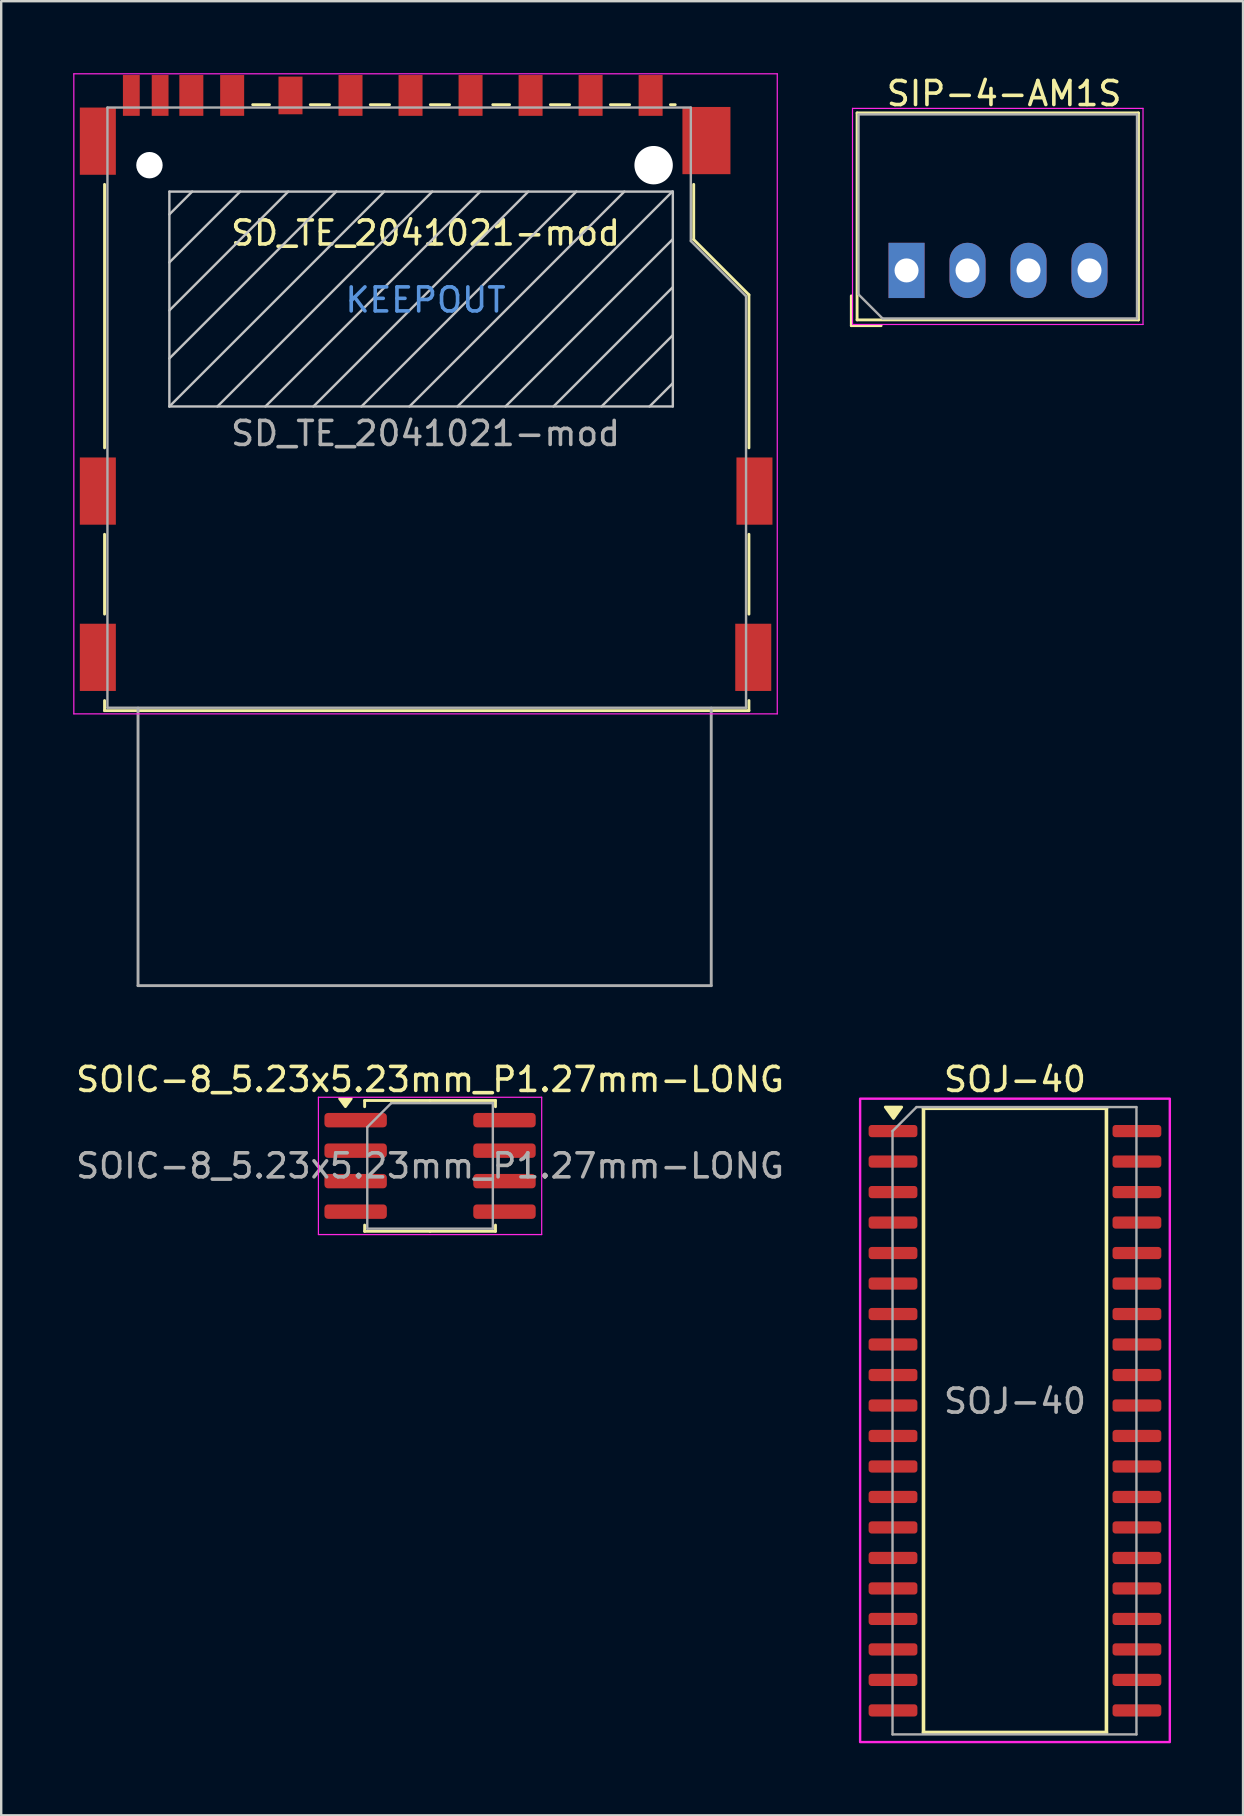
<source format=kicad_pcb>
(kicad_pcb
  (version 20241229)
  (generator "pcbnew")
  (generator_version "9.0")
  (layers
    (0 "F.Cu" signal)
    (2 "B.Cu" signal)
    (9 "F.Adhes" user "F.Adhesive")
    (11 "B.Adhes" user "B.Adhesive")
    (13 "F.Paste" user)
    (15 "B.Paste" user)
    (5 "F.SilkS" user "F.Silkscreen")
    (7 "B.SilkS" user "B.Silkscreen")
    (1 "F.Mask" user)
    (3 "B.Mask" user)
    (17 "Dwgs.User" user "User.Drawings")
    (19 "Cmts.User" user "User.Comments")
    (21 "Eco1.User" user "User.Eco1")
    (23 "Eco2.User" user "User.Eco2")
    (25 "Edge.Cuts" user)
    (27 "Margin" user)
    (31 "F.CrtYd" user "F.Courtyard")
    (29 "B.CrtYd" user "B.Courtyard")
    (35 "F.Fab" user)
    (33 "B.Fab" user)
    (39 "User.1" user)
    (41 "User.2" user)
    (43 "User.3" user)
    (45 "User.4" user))
  (footprint "SD_TE_2041021-mod"
    (layer "F.Cu")
    (at 14.675 13.005)
    (property "Reference" "SD_TE_2041021-mod" (at 0 -6.35 180) (layer "F.SilkS") (effects (font (size 1 1) (thickness 0.15))))
    (attr smd)
    (fp_line (start -13.37 -8.375) (end -13.37 2.6) (stroke (width 0.12) (type solid)) (layer "F.SilkS"))
    (fp_line (start -13.37 9.525) (end -13.37 6.2) (stroke (width 0.12) (type solid)) (layer "F.SilkS"))
    (fp_line (start -13.37 13.125) (end -13.37 13.545) (stroke (width 0.12) (type solid)) (layer "F.SilkS"))
    (fp_line (start -13.37 13.545) (end 13.47 13.545) (stroke (width 0.12) (type solid)) (layer "F.SilkS"))
    (fp_line (start -7.2 -11.695) (end -6.5 -11.695) (stroke (width 0.12) (type solid)) (layer "F.SilkS"))
    (fp_line (start -4.8 -11.695) (end -4 -11.695) (stroke (width 0.12) (type solid)) (layer "F.SilkS"))
    (fp_line (start -2.3 -11.695) (end -1.5 -11.695) (stroke (width 0.12) (type solid)) (layer "F.SilkS"))
    (fp_line (start 0.2 -11.695) (end 1 -11.695) (stroke (width 0.12) (type solid)) (layer "F.SilkS"))
    (fp_line (start 2.8 -11.695) (end 3.5 -11.695) (stroke (width 0.12) (type solid)) (layer "F.SilkS"))
    (fp_line (start 5.2 -11.695) (end 6 -11.695) (stroke (width 0.12) (type solid)) (layer "F.SilkS"))
    (fp_line (start 7.7 -11.695) (end 8.5 -11.695) (stroke (width 0.12) (type solid)) (layer "F.SilkS"))
    (fp_line (start 10.2 -11.695) (end 10.4 -11.695) (stroke (width 0.12) (type solid)) (layer "F.SilkS"))
    (fp_line (start 11.17 -8.375) (end 11.17 -6.075) (stroke (width 0.12) (type solid)) (layer "F.SilkS"))
    (fp_line (start 11.17 -6.075) (end 13.47 -3.775) (stroke (width 0.12) (type solid)) (layer "F.SilkS"))
    (fp_line (start 13.47 -3.775) (end 13.47 2.6) (stroke (width 0.12) (type solid)) (layer "F.SilkS"))
    (fp_line (start 13.47 9.525) (end 13.47 6.2) (stroke (width 0.12) (type solid)) (layer "F.SilkS"))
    (fp_line (start 13.47 13.545) (end 13.47 13.125) (stroke (width 0.12) (type solid)) (layer "F.SilkS"))
    (fp_line (start -10.67 -8.075) (end -10.67 0.875) (stroke (width 0.1) (type solid)) (layer "Dwgs.User"))
    (fp_line (start -10.67 0.875) (end 10.3 0.875) (stroke (width 0.1) (type solid)) (layer "Dwgs.User"))
    (fp_line (start -9.72 -8.075) (end -10.67 -7.125) (stroke (width 0.1) (type solid)) (layer "Dwgs.User"))
    (fp_line (start -7.72 -8.075) (end -10.67 -5.125) (stroke (width 0.1) (type solid)) (layer "Dwgs.User"))
    (fp_line (start -5.72 -8.075) (end -10.67 -3.125) (stroke (width 0.1) (type solid)) (layer "Dwgs.User"))
    (fp_line (start -3.72 -8.075) (end -10.67 -1.125) (stroke (width 0.1) (type solid)) (layer "Dwgs.User"))
    (fp_line (start -1.72 -8.075) (end -10.67 0.875) (stroke (width 0.1) (type solid)) (layer "Dwgs.User"))
    (fp_line (start 0.28 -8.075) (end -8.67 0.875) (stroke (width 0.1) (type solid)) (layer "Dwgs.User"))
    (fp_line (start 2.28 -8.075) (end -6.67 0.875) (stroke (width 0.1) (type solid)) (layer "Dwgs.User"))
    (fp_line (start 4.28 -8.075) (end -4.67 0.875) (stroke (width 0.1) (type solid)) (layer "Dwgs.User"))
    (fp_line (start 6.28 -8.075) (end -2.67 0.875) (stroke (width 0.1) (type solid)) (layer "Dwgs.User"))
    (fp_line (start 8.28 -8.075) (end -0.67 0.875) (stroke (width 0.1) (type solid)) (layer "Dwgs.User"))
    (fp_line (start 10.28 -8.075) (end 1.33 0.875) (stroke (width 0.1) (type solid)) (layer "Dwgs.User"))
    (fp_line (start 10.3 -8.075) (end -10.67 -8.075) (stroke (width 0.1) (type solid)) (layer "Dwgs.User"))
    (fp_line (start 10.3 -6.095) (end 3.33 0.875) (stroke (width 0.1) (type solid)) (layer "Dwgs.User"))
    (fp_line (start 10.3 -4.095) (end 5.33 0.875) (stroke (width 0.1) (type solid)) (layer "Dwgs.User"))
    (fp_line (start 10.3 -2.095) (end 7.33 0.875) (stroke (width 0.1) (type solid)) (layer "Dwgs.User"))
    (fp_line (start 10.3 -0.095) (end 9.33 0.875) (stroke (width 0.1) (type solid)) (layer "Dwgs.User"))
    (fp_line (start 10.3 0.875) (end 10.3 -8.075) (stroke (width 0.1) (type solid)) (layer "Dwgs.User"))
    (fp_line (start -14.65 -12.98) (end -14.65 13.68) (stroke (width 0.05) (type solid)) (layer "F.CrtYd"))
    (fp_line (start -14.65 -12.98) (end 14.65 -12.98) (stroke (width 0.05) (type solid)) (layer "F.CrtYd"))
    (fp_line (start 14.65 13.68) (end -14.65 13.68) (stroke (width 0.05) (type solid)) (layer "F.CrtYd"))
    (fp_line (start 14.65 13.68) (end 14.65 -12.98) (stroke (width 0.05) (type solid)) (layer "F.CrtYd"))
    (fp_line (start -13.25 -11.575) (end -13.25 13.425) (stroke (width 0.1) (type solid)) (layer "F.Fab"))
    (fp_line (start -13.25 13.425) (end 13.35 13.425) (stroke (width 0.1) (type solid)) (layer "F.Fab"))
    (fp_line (start -11.976 13.44) (end -11.976 25) (stroke (width 0.12) (type solid)) (layer "F.Fab"))
    (fp_line (start -11.976 25) (end 11.9 25) (stroke (width 0.12) (type solid)) (layer "F.Fab"))
    (fp_line (start 11.05 -11.575) (end -13.25 -11.575) (stroke (width 0.1) (type solid)) (layer "F.Fab"))
    (fp_line (start 11.05 -6.015) (end 11.05 -11.575) (stroke (width 0.1) (type solid)) (layer "F.Fab"))
    (fp_line (start 11.9 25) (end 11.9 13.44) (stroke (width 0.12) (type solid)) (layer "F.Fab"))
    (fp_line (start 13.35 -3.715) (end 11.05 -6.015) (stroke (width 0.1) (type solid)) (layer "F.Fab"))
    (fp_line (start 13.35 13.425) (end 13.35 -3.715) (stroke (width 0.1) (type solid)) (layer "F.Fab"))
    (fp_text user "KEEPOUT" (at 0 -3.56 180) (layer "Cmts.User") (effects (font (size 1 1) (thickness 0.15))))
    (fp_text user "${REFERENCE}" (at 0 2 180) (layer "F.Fab") (effects (font (size 1 1) (thickness 0.15))))
    (pad "" np_thru_hole circle (at -11.5 -9.175) (size 1.1 1.1) (drill 1.1) (layers "*.Cu" "*.Mask"))
    (pad "" np_thru_hole circle (at 9.5 -9.175) (size 1.6 1.6) (drill 1.6) (layers "*.Cu" "*.Mask"))
    (pad "1" smd rect (at 6.875 -12.08) (size 1 1.7) (layers "F.Cu" "F.Mask" "F.Paste"))
    (pad "2" smd rect (at 4.375 -12.08) (size 1 1.7) (layers "F.Cu" "F.Mask" "F.Paste"))
    (pad "3" smd rect (at 1.875 -12.08) (size 1 1.7) (layers "F.Cu" "F.Mask" "F.Paste"))
    (pad "4" smd rect (at -0.625 -12.08) (size 1 1.7) (layers "F.Cu" "F.Mask" "F.Paste"))
    (pad "5" smd rect (at -3.125 -12.08) (size 1 1.7) (layers "F.Cu" "F.Mask" "F.Paste"))
    (pad "6" smd rect (at -5.625 -12.08) (size 1 1.57) (layers "F.Cu" "F.Mask" "F.Paste"))
    (pad "7" smd rect (at -8.055 -12.08) (size 1 1.7) (layers "F.Cu" "F.Mask" "F.Paste"))
    (pad "8" smd rect (at -9.755 -12.08) (size 1 1.7) (layers "F.Cu" "F.Mask" "F.Paste"))
    (pad "9" smd rect (at 9.375 -12.08) (size 1 1.7) (layers "F.Cu" "F.Mask" "F.Paste"))
    (pad "10" smd rect (at -11.055 -12.08) (size 0.7 1.7) (layers "F.Cu" "F.Mask" "F.Paste"))
    (pad "11" smd rect (at -12.255 -12.08) (size 0.7 1.7) (layers "F.Cu" "F.Mask" "F.Paste"))
    (pad "12" smd rect (at -13.65 -10.175) (size 1.5 2.8) (layers "F.Cu" "F.Mask" "F.Paste"))
    (pad "12" smd rect (at 11.7 -10.2) (size 2 2.8) (layers "F.Cu" "F.Mask" "F.Paste"))
    (pad "13" smd rect (at -13.65 4.4) (size 1.5 2.8) (layers "F.Cu" "F.Mask" "F.Paste"))
    (pad "13" smd rect (at -13.65 11.325) (size 1.5 2.8) (layers "F.Cu" "F.Mask" "F.Paste"))
    (pad "13" smd rect (at 13.65 11.325) (size 1.5 2.8) (layers "F.Cu" "F.Mask" "F.Paste"))
    (pad "13" smd rect (at 13.7 4.4) (size 1.5 2.8) (layers "F.Cu" "F.Mask" "F.Paste")))
  (footprint "SIP-4-AM1S"
    (layer "F.Cu")
    (at 34.71 8.214)
    (property "Reference" "SIP-4-AM1S" (at 4.064 -7.366 0) (layer "F.SilkS") (effects (font (size 1 1) (thickness 0.15))))
    (attr through_hole)
    (fp_line (start -2.3 1.06) (end -2.3 2.3) (stroke (width 0.12) (type solid)) (layer "F.SilkS"))
    (fp_line (start -2.3 2.3) (end -1.06 2.3) (stroke (width 0.12) (type solid)) (layer "F.SilkS"))
    (fp_line (start -2.06 -6.56) (end -2.06 2.06) (stroke (width 0.12) (type solid)) (layer "F.SilkS"))
    (fp_line (start -2.06 -6.56) (end 9.66 -6.56) (stroke (width 0.12) (type solid)) (layer "F.SilkS"))
    (fp_line (start -2.06 2.06) (end 9.66 2.06) (stroke (width 0.12) (type solid)) (layer "F.SilkS"))
    (fp_line (start 9.66 -6.56) (end 9.66 2.06) (stroke (width 0.12) (type solid)) (layer "F.SilkS"))
    (fp_line (start -2.25 -6.75) (end -2.25 2.25) (stroke (width 0.05) (type solid)) (layer "F.CrtYd"))
    (fp_line (start -2.25 2.25) (end 9.85 2.25) (stroke (width 0.05) (type solid)) (layer "F.CrtYd"))
    (fp_line (start 9.85 -6.75) (end -2.25 -6.75) (stroke (width 0.05) (type solid)) (layer "F.CrtYd"))
    (fp_line (start 9.85 2.25) (end 9.85 -6.75) (stroke (width 0.05) (type solid)) (layer "F.CrtYd"))
    (fp_line (start -2 -6.5) (end 9.6 -6.5) (stroke (width 0.1) (type solid)) (layer "F.Fab"))
    (fp_line (start -2 1) (end -2 -6.5) (stroke (width 0.1) (type solid)) (layer "F.Fab"))
    (fp_line (start -1 2) (end -2 1) (stroke (width 0.1) (type solid)) (layer "F.Fab"))
    (fp_line (start 9.6 -6.5) (end 9.6 2) (stroke (width 0.1) (type solid)) (layer "F.Fab"))
    (fp_line (start 9.6 2) (end -1 2) (stroke (width 0.1) (type solid)) (layer "F.Fab"))
    (pad "1" thru_hole rect (at 0 0) (size 1.5 2.3) (drill 1) (layers "*.Cu" "*.Mask"))
    (pad "2" thru_hole oval (at 2.54 0) (size 1.5 2.3) (drill 1) (layers "*.Cu" "*.Mask"))
    (pad "3" thru_hole oval (at 5.08 0) (size 1.5 2.3) (drill 1) (layers "*.Cu" "*.Mask"))
    (pad "4" thru_hole oval (at 7.62 0) (size 1.5 2.3) (drill 1) (layers "*.Cu" "*.Mask")))
  (footprint "SOJ-40"
    (layer "F.Cu")
    (at 39.226 56.113)
    (property "Reference" "SOJ-40" (at 0 -14.2 0) (layer "F.SilkS") (effects (font (size 1 1) (thickness 0.15))))
    (attr smd)
    (fp_line (start -3.81 -13) (end 3.81 -13) (stroke (width 0.15) (type solid)) (layer "F.SilkS"))
    (fp_line (start -3.81 13) (end -3.81 -13) (stroke (width 0.15) (type solid)) (layer "F.SilkS"))
    (fp_line (start -3.81 13) (end 3.81 13) (stroke (width 0.15) (type solid)) (layer "F.SilkS"))
    (fp_line (start 3.81 -13) (end 3.81 13) (stroke (width 0.15) (type solid)) (layer "F.SilkS"))
    (fp_poly (pts (xy -5.06 -12.58) (xy -5.4 -13.05) (xy -4.72 -13.05) (xy -5.06 -12.58)) (stroke (width 0.12) (type solid)) (fill yes) (layer "F.SilkS"))
    (fp_rect (start -6.45 -13.4) (end 6.45 13.4) (stroke (width 0.1) (type solid)) (fill no) (layer "F.CrtYd"))
    (fp_line (start -5.1 -12.05) (end -4.1 -13.05) (stroke (width 0.1) (type solid)) (layer "F.Fab"))
    (fp_line (start -5.1 13.08) (end -5.1 -12.05) (stroke (width 0.1) (type solid)) (layer "F.Fab"))
    (fp_line (start -4.1 -13.05) (end 5.06 -13.05) (stroke (width 0.1) (type solid)) (layer "F.Fab"))
    (fp_line (start 5.06 -13.05) (end 5.06 13.08) (stroke (width 0.1) (type solid)) (layer "F.Fab"))
    (fp_line (start 5.06 13.08) (end -5.1 13.08) (stroke (width 0.1) (type solid)) (layer "F.Fab"))
    (fp_text user "${REFERENCE}" (at 0 -0.8 0) (layer "F.Fab") (effects (font (size 1 1) (thickness 0.15))))
    (pad "1" smd roundrect (at -5.08 -12.05 270) (size 0.508 2.032) (layers "F.Cu" "F.Mask" "F.Paste") (roundrect_rratio 0.25))
    (pad "2" smd roundrect (at -5.08 -10.78 270) (size 0.508 2.032) (layers "F.Cu" "F.Mask" "F.Paste") (roundrect_rratio 0.25))
    (pad "3" smd roundrect (at -5.08 -9.51 270) (size 0.508 2.032) (layers "F.Cu" "F.Mask" "F.Paste") (roundrect_rratio 0.25))
    (pad "4" smd roundrect (at -5.08 -8.24 270) (size 0.508 2.032) (layers "F.Cu" "F.Mask" "F.Paste") (roundrect_rratio 0.25))
    (pad "5" smd roundrect (at -5.08 -6.97 270) (size 0.508 2.032) (layers "F.Cu" "F.Mask" "F.Paste") (roundrect_rratio 0.25))
    (pad "6" smd roundrect (at -5.08 -5.7 270) (size 0.508 2.032) (layers "F.Cu" "F.Mask" "F.Paste") (roundrect_rratio 0.25))
    (pad "7" smd roundrect (at -5.08 -4.43 270) (size 0.508 2.032) (layers "F.Cu" "F.Mask" "F.Paste") (roundrect_rratio 0.25))
    (pad "8" smd roundrect (at -5.08 -3.16 270) (size 0.508 2.032) (layers "F.Cu" "F.Mask" "F.Paste") (roundrect_rratio 0.25))
    (pad "9" smd roundrect (at -5.08 -1.89 270) (size 0.508 2.032) (layers "F.Cu" "F.Mask" "F.Paste") (roundrect_rratio 0.25))
    (pad "10" smd roundrect (at -5.08 -0.62 270) (size 0.508 2.032) (layers "F.Cu" "F.Mask" "F.Paste") (roundrect_rratio 0.25))
    (pad "11" smd roundrect (at -5.08 0.65 270) (size 0.508 2.032) (layers "F.Cu" "F.Mask" "F.Paste") (roundrect_rratio 0.25))
    (pad "12" smd roundrect (at -5.08 1.92 270) (size 0.508 2.032) (layers "F.Cu" "F.Mask" "F.Paste") (roundrect_rratio 0.25))
    (pad "13" smd roundrect (at -5.08 3.19 270) (size 0.508 2.032) (layers "F.Cu" "F.Mask" "F.Paste") (roundrect_rratio 0.25))
    (pad "14" smd roundrect (at -5.08 4.46 270) (size 0.508 2.032) (layers "F.Cu" "F.Mask" "F.Paste") (roundrect_rratio 0.25))
    (pad "15" smd roundrect (at -5.08 5.73 270) (size 0.508 2.032) (layers "F.Cu" "F.Mask" "F.Paste") (roundrect_rratio 0.25))
    (pad "16" smd roundrect (at -5.08 7 270) (size 0.508 2.032) (layers "F.Cu" "F.Mask" "F.Paste") (roundrect_rratio 0.25))
    (pad "17" smd roundrect (at -5.08 8.27 270) (size 0.508 2.032) (layers "F.Cu" "F.Mask" "F.Paste") (roundrect_rratio 0.25))
    (pad "18" smd roundrect (at -5.08 9.54 270) (size 0.508 2.032) (layers "F.Cu" "F.Mask" "F.Paste") (roundrect_rratio 0.25))
    (pad "19" smd roundrect (at -5.08 10.81 270) (size 0.508 2.032) (layers "F.Cu" "F.Mask" "F.Paste") (roundrect_rratio 0.25))
    (pad "20" smd roundrect (at -5.08 12.08 270) (size 0.508 2.032) (layers "F.Cu" "F.Mask" "F.Paste") (roundrect_rratio 0.25))
    (pad "21" smd roundrect (at 5.08 12.08 270) (size 0.508 2.032) (layers "F.Cu" "F.Mask" "F.Paste") (roundrect_rratio 0.25))
    (pad "22" smd roundrect (at 5.08 10.81 270) (size 0.508 2.032) (layers "F.Cu" "F.Mask" "F.Paste") (roundrect_rratio 0.25))
    (pad "23" smd roundrect (at 5.08 9.54 270) (size 0.508 2.032) (layers "F.Cu" "F.Mask" "F.Paste") (roundrect_rratio 0.25))
    (pad "24" smd roundrect (at 5.08 8.27 270) (size 0.508 2.032) (layers "F.Cu" "F.Mask" "F.Paste") (roundrect_rratio 0.25))
    (pad "25" smd roundrect (at 5.08 7 270) (size 0.508 2.032) (layers "F.Cu" "F.Mask" "F.Paste") (roundrect_rratio 0.25))
    (pad "26" smd roundrect (at 5.08 5.73 270) (size 0.508 2.032) (layers "F.Cu" "F.Mask" "F.Paste") (roundrect_rratio 0.25))
    (pad "27" smd roundrect (at 5.08 4.46 270) (size 0.508 2.032) (layers "F.Cu" "F.Mask" "F.Paste") (roundrect_rratio 0.25))
    (pad "28" smd roundrect (at 5.08 3.19 270) (size 0.508 2.032) (layers "F.Cu" "F.Mask" "F.Paste") (roundrect_rratio 0.25))
    (pad "29" smd roundrect (at 5.08 1.92 270) (size 0.508 2.032) (layers "F.Cu" "F.Mask" "F.Paste") (roundrect_rratio 0.25))
    (pad "30" smd roundrect (at 5.08 0.65 270) (size 0.508 2.032) (layers "F.Cu" "F.Mask" "F.Paste") (roundrect_rratio 0.25))
    (pad "31" smd roundrect (at 5.08 -0.62 270) (size 0.508 2.032) (layers "F.Cu" "F.Mask" "F.Paste") (roundrect_rratio 0.25))
    (pad "32" smd roundrect (at 5.08 -1.89 270) (size 0.508 2.032) (layers "F.Cu" "F.Mask" "F.Paste") (roundrect_rratio 0.25))
    (pad "33" smd roundrect (at 5.08 -3.16 270) (size 0.508 2.032) (layers "F.Cu" "F.Mask" "F.Paste") (roundrect_rratio 0.25))
    (pad "34" smd roundrect (at 5.08 -4.43 270) (size 0.508 2.032) (layers "F.Cu" "F.Mask" "F.Paste") (roundrect_rratio 0.25))
    (pad "35" smd roundrect (at 5.08 -5.7 270) (size 0.508 2.032) (layers "F.Cu" "F.Mask" "F.Paste") (roundrect_rratio 0.25))
    (pad "36" smd roundrect (at 5.08 -6.97 270) (size 0.508 2.032) (layers "F.Cu" "F.Mask" "F.Paste") (roundrect_rratio 0.25))
    (pad "37" smd roundrect (at 5.08 -8.24 270) (size 0.508 2.032) (layers "F.Cu" "F.Mask" "F.Paste") (roundrect_rratio 0.25))
    (pad "38" smd roundrect (at 5.08 -9.51 270) (size 0.508 2.032) (layers "F.Cu" "F.Mask" "F.Paste") (roundrect_rratio 0.25))
    (pad "39" smd roundrect (at 5.08 -10.78 270) (size 0.508 2.032) (layers "F.Cu" "F.Mask" "F.Paste") (roundrect_rratio 0.25))
    (pad "40" smd roundrect (at 5.08 -12.05 270) (size 0.508 2.032) (layers "F.Cu" "F.Mask" "F.Paste") (roundrect_rratio 0.25)))
  (footprint "SOIC-8_5.23x5.23mm_P1.27mm-LONG"
    (layer "F.Cu")
    (at 14.863 45.513)
    (property "Reference" "SOIC-8_5.23x5.23mm_P1.27mm-LONG" (at 0 -3.6 0) (layer "F.SilkS") (effects (font (size 1 1) (thickness 0.15))))
    (attr smd)
    (fp_line (start -2.725 -2.725) (end -2.725 -2.465) (stroke (width 0.12) (type solid)) (layer "F.SilkS"))
    (fp_line (start -2.725 2.725) (end -2.725 2.465) (stroke (width 0.12) (type solid)) (layer "F.SilkS"))
    (fp_line (start 0 -2.725) (end -2.725 -2.725) (stroke (width 0.12) (type solid)) (layer "F.SilkS"))
    (fp_line (start 0 -2.725) (end 2.725 -2.725) (stroke (width 0.12) (type solid)) (layer "F.SilkS"))
    (fp_line (start 0 2.725) (end -2.725 2.725) (stroke (width 0.12) (type solid)) (layer "F.SilkS"))
    (fp_line (start 0 2.725) (end 2.725 2.725) (stroke (width 0.12) (type solid)) (layer "F.SilkS"))
    (fp_line (start 2.725 -2.725) (end 2.725 -2.465) (stroke (width 0.12) (type solid)) (layer "F.SilkS"))
    (fp_line (start 2.725 2.725) (end 2.725 2.465) (stroke (width 0.12) (type solid)) (layer "F.SilkS"))
    (fp_poly (pts (xy -3.525 -2.47) (xy -3.765 -2.8) (xy -3.285 -2.8) (xy -3.525 -2.47)) (stroke (width 0.12) (type solid)) (fill yes) (layer "F.SilkS"))
    (fp_line (start -4.65 -2.86) (end -4.65 2.86) (stroke (width 0.05) (type solid)) (layer "F.CrtYd"))
    (fp_line (start -4.65 2.86) (end 4.65 2.86) (stroke (width 0.05) (type solid)) (layer "F.CrtYd"))
    (fp_line (start 4.65 -2.86) (end -4.65 -2.86) (stroke (width 0.05) (type solid)) (layer "F.CrtYd"))
    (fp_line (start 4.65 2.86) (end 4.65 -2.86) (stroke (width 0.05) (type solid)) (layer "F.CrtYd"))
    (fp_line (start -2.615 -1.615) (end -1.615 -2.615) (stroke (width 0.1) (type solid)) (layer "F.Fab"))
    (fp_line (start -2.615 2.615) (end -2.615 -1.615) (stroke (width 0.1) (type solid)) (layer "F.Fab"))
    (fp_line (start -1.615 -2.615) (end 2.615 -2.615) (stroke (width 0.1) (type solid)) (layer "F.Fab"))
    (fp_line (start 2.615 -2.615) (end 2.615 2.615) (stroke (width 0.1) (type solid)) (layer "F.Fab"))
    (fp_line (start 2.615 2.615) (end -2.615 2.615) (stroke (width 0.1) (type solid)) (layer "F.Fab"))
    (fp_text user "${REFERENCE}" (at 0 0 0) (layer "F.Fab") (effects (font (size 1 1) (thickness 0.15))))
    (pad "1" smd roundrect (at -3.1 -1.905) (size 2.6 0.6) (layers "F.Cu" "F.Mask" "F.Paste") (roundrect_rratio 0.25))
    (pad "2" smd roundrect (at -3.1 -0.635) (size 2.6 0.6) (layers "F.Cu" "F.Mask" "F.Paste") (roundrect_rratio 0.25))
    (pad "3" smd roundrect (at -3.1 0.635) (size 2.6 0.6) (layers "F.Cu" "F.Mask" "F.Paste") (roundrect_rratio 0.25))
    (pad "4" smd roundrect (at -3.1 1.905) (size 2.6 0.6) (layers "F.Cu" "F.Mask" "F.Paste") (roundrect_rratio 0.25))
    (pad "5" smd roundrect (at 3.1 1.905) (size 2.6 0.6) (layers "F.Cu" "F.Mask" "F.Paste") (roundrect_rratio 0.25))
    (pad "6" smd roundrect (at 3.1 0.635) (size 2.6 0.6) (layers "F.Cu" "F.Mask" "F.Paste") (roundrect_rratio 0.25))
    (pad "7" smd roundrect (at 3.1 -0.635) (size 2.6 0.6) (layers "F.Cu" "F.Mask" "F.Paste") (roundrect_rratio 0.25))
    (pad "8" smd roundrect (at 3.1 -1.905) (size 2.6 0.6) (layers "F.Cu" "F.Mask" "F.Paste") (roundrect_rratio 0.25)))
  (gr_rect
    (start -3 -3)
    (end 48.726 72.563)
    (stroke (width 0.1) (type default))
    (fill no)
    (layer "Edge.Cuts")))
</source>
